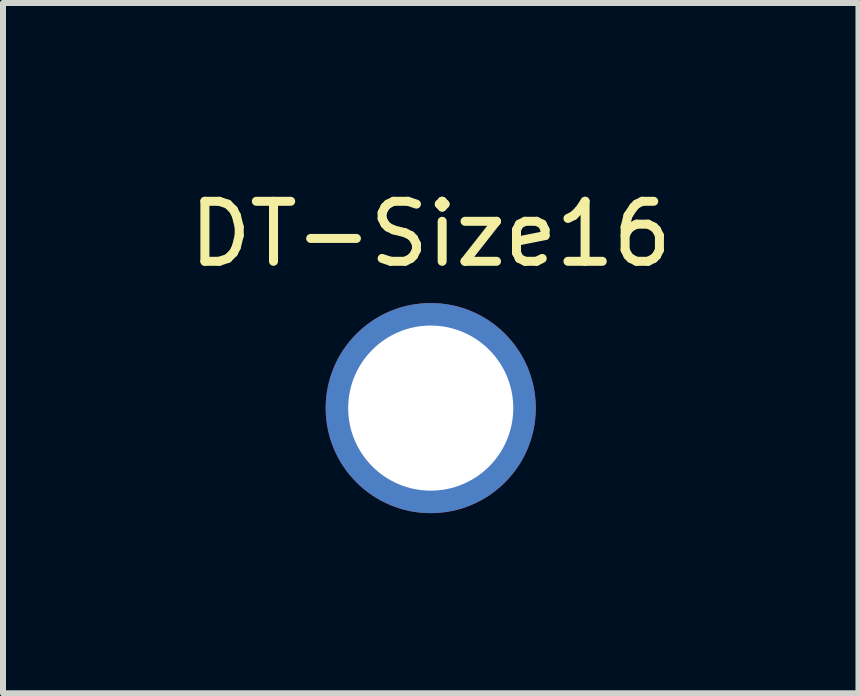
<source format=kicad_pcb>
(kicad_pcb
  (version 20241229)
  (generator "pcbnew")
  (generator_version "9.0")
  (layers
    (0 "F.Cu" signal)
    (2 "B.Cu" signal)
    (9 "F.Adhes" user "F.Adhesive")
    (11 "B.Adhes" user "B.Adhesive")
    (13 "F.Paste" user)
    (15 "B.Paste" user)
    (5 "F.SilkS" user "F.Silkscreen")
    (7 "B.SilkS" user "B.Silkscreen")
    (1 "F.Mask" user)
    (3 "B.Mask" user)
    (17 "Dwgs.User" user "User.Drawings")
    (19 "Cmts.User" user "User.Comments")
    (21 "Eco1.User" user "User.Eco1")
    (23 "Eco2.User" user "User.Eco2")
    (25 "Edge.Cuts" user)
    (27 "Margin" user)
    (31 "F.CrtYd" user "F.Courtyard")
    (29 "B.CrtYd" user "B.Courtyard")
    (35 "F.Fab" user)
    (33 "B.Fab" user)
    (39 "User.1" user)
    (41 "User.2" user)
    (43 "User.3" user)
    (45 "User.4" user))
  (footprint "DT-Size16"
    (layer "F.Cu")
    (at 4.125 3.748)
    (property "Reference" "DT-Size16" (at 0 -2.9 0) (unlocked yes) (layer "F.SilkS") (effects (font (size 1 1) (thickness 0.15))))
    (attr through_hole)
    (pad "1" thru_hole circle (at 0 0) (size 3.5 3.5) (drill 2.75) (layers "*.Cu" "*.Mask")))
  (gr_rect
    (start -3 -3)
    (end 11.25 8.498)
    (stroke (width 0.1) (type default))
    (fill no)
    (layer "Edge.Cuts")))
</source>
